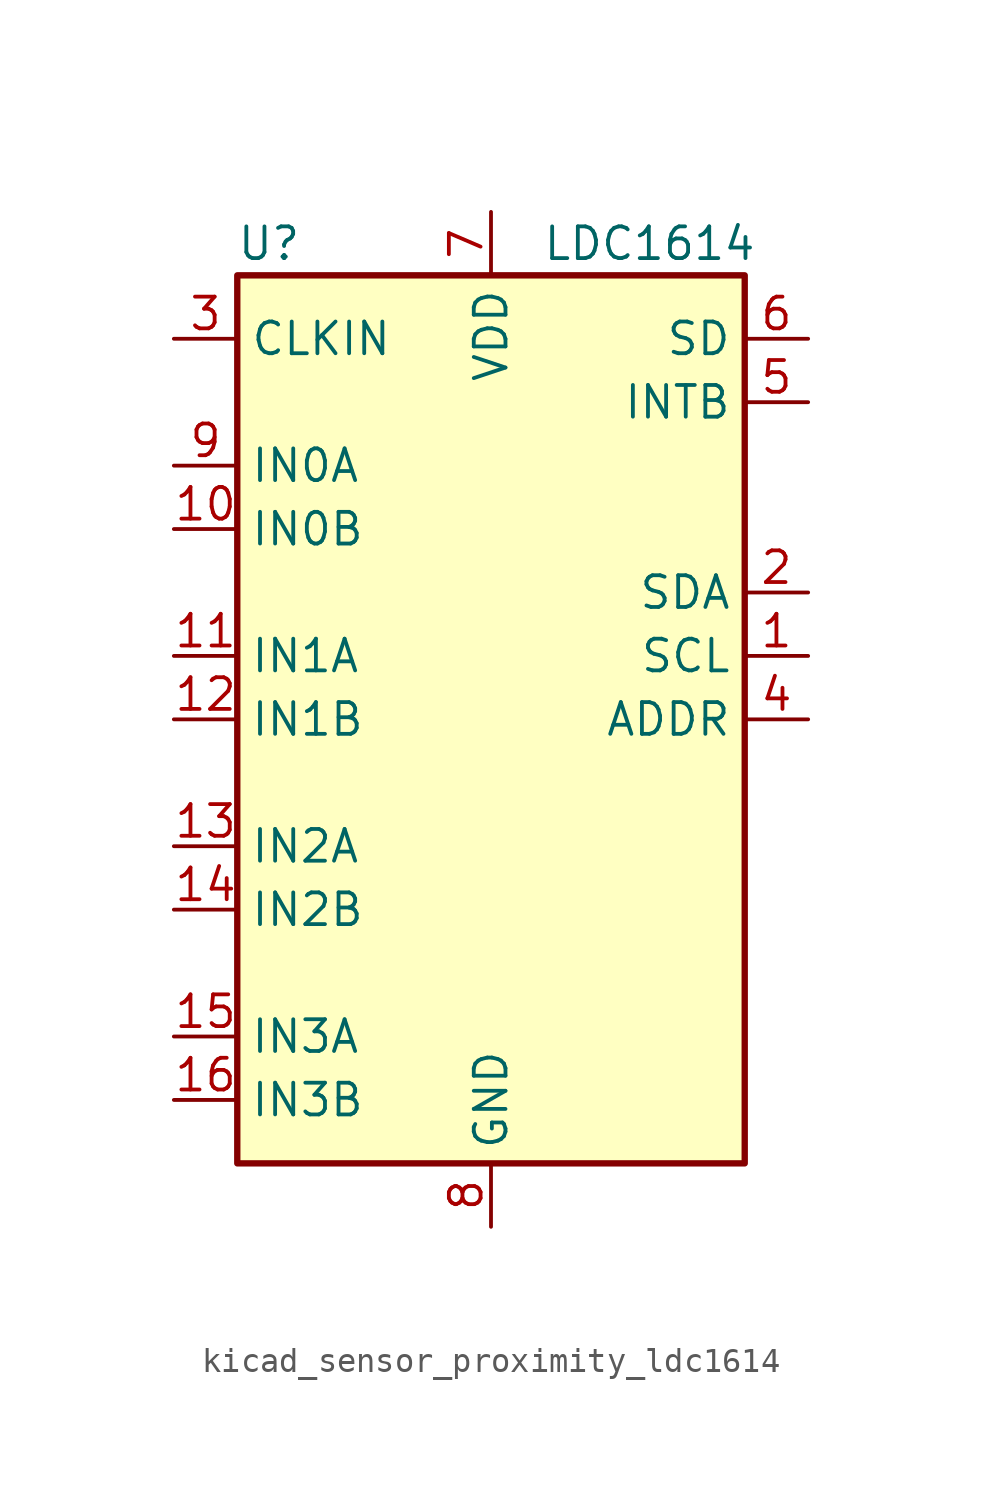
<source format=kicad_sym>
(kicad_symbol_lib
  (version 20220914)
  (generator kicad_symbol_editor)
  (symbol "kicad_sensor_proximity_ldc1614"
    (property "Reference" "U"
      (at -8.89 19.05 0)
      (effects (font (size 1.27 1.27))))
    (property "Value" "LDC1614"
      (at 6.35 19.05 0)
      (effects (font (size 1.27 1.27))))
    (symbol "kicad_sensor_proximity_ldc1614_0_1"
      (rectangle (start -10.16 -17.78) (end 10.16 17.78) (stroke (width 0.254) (type default)) (fill (type background))))
    (symbol "kicad_sensor_proximity_ldc1614_1_1"
      (pin input line (at 12.7 2.54 180) (length 2.54) (name "SCL" (effects (font (size 1.27 1.27)))) (number "1" (effects (font (size 1.27 1.27)))))
      (pin input line (at -12.7 7.62 0) (length 2.54) (name "IN0B" (effects (font (size 1.27 1.27)))) (number "10" (effects (font (size 1.27 1.27)))))
      (pin input line (at -12.7 2.54 0) (length 2.54) (name "IN1A" (effects (font (size 1.27 1.27)))) (number "11" (effects (font (size 1.27 1.27)))))
      (pin input line (at -12.7 0 0) (length 2.54) (name "IN1B" (effects (font (size 1.27 1.27)))) (number "12" (effects (font (size 1.27 1.27)))))
      (pin input line (at -12.7 -5.08 0) (length 2.54) (name "IN2A" (effects (font (size 1.27 1.27)))) (number "13" (effects (font (size 1.27 1.27)))))
      (pin input line (at -12.7 -7.62 0) (length 2.54) (name "IN2B" (effects (font (size 1.27 1.27)))) (number "14" (effects (font (size 1.27 1.27)))))
      (pin input line (at -12.7 -12.7 0) (length 2.54) (name "IN3A" (effects (font (size 1.27 1.27)))) (number "15" (effects (font (size 1.27 1.27)))))
      (pin input line (at -12.7 -15.24 0) (length 2.54) (name "IN3B" (effects (font (size 1.27 1.27)))) (number "16" (effects (font (size 1.27 1.27)))))
      (pin passive line (at 0 -20.32 90) (length 2.54) hide (name "GND" (effects (font (size 1.27 1.27)))) (number "17" (effects (font (size 1.27 1.27)))))
      (pin bidirectional line (at 12.7 5.08 180) (length 2.54) (name "SDA" (effects (font (size 1.27 1.27)))) (number "2" (effects (font (size 1.27 1.27)))))
      (pin input line (at -12.7 15.24 0) (length 2.54) (name "CLKIN" (effects (font (size 1.27 1.27)))) (number "3" (effects (font (size 1.27 1.27)))))
      (pin input line (at 12.7 0 180) (length 2.54) (name "ADDR" (effects (font (size 1.27 1.27)))) (number "4" (effects (font (size 1.27 1.27)))))
      (pin open_collector line (at 12.7 12.7 180) (length 2.54) (name "INTB" (effects (font (size 1.27 1.27)))) (number "5" (effects (font (size 1.27 1.27)))))
      (pin input line (at 12.7 15.24 180) (length 2.54) (name "SD" (effects (font (size 1.27 1.27)))) (number "6" (effects (font (size 1.27 1.27)))))
      (pin power_in line (at 0 20.32 270) (length 2.54) (name "VDD" (effects (font (size 1.27 1.27)))) (number "7" (effects (font (size 1.27 1.27)))))
      (pin power_in line (at 0 -20.32 90) (length 2.54) (name "GND" (effects (font (size 1.27 1.27)))) (number "8" (effects (font (size 1.27 1.27)))))
      (pin input line (at -12.7 10.16 0) (length 2.54) (name "IN0A" (effects (font (size 1.27 1.27)))) (number "9" (effects (font (size 1.27 1.27))))))))
</source>
